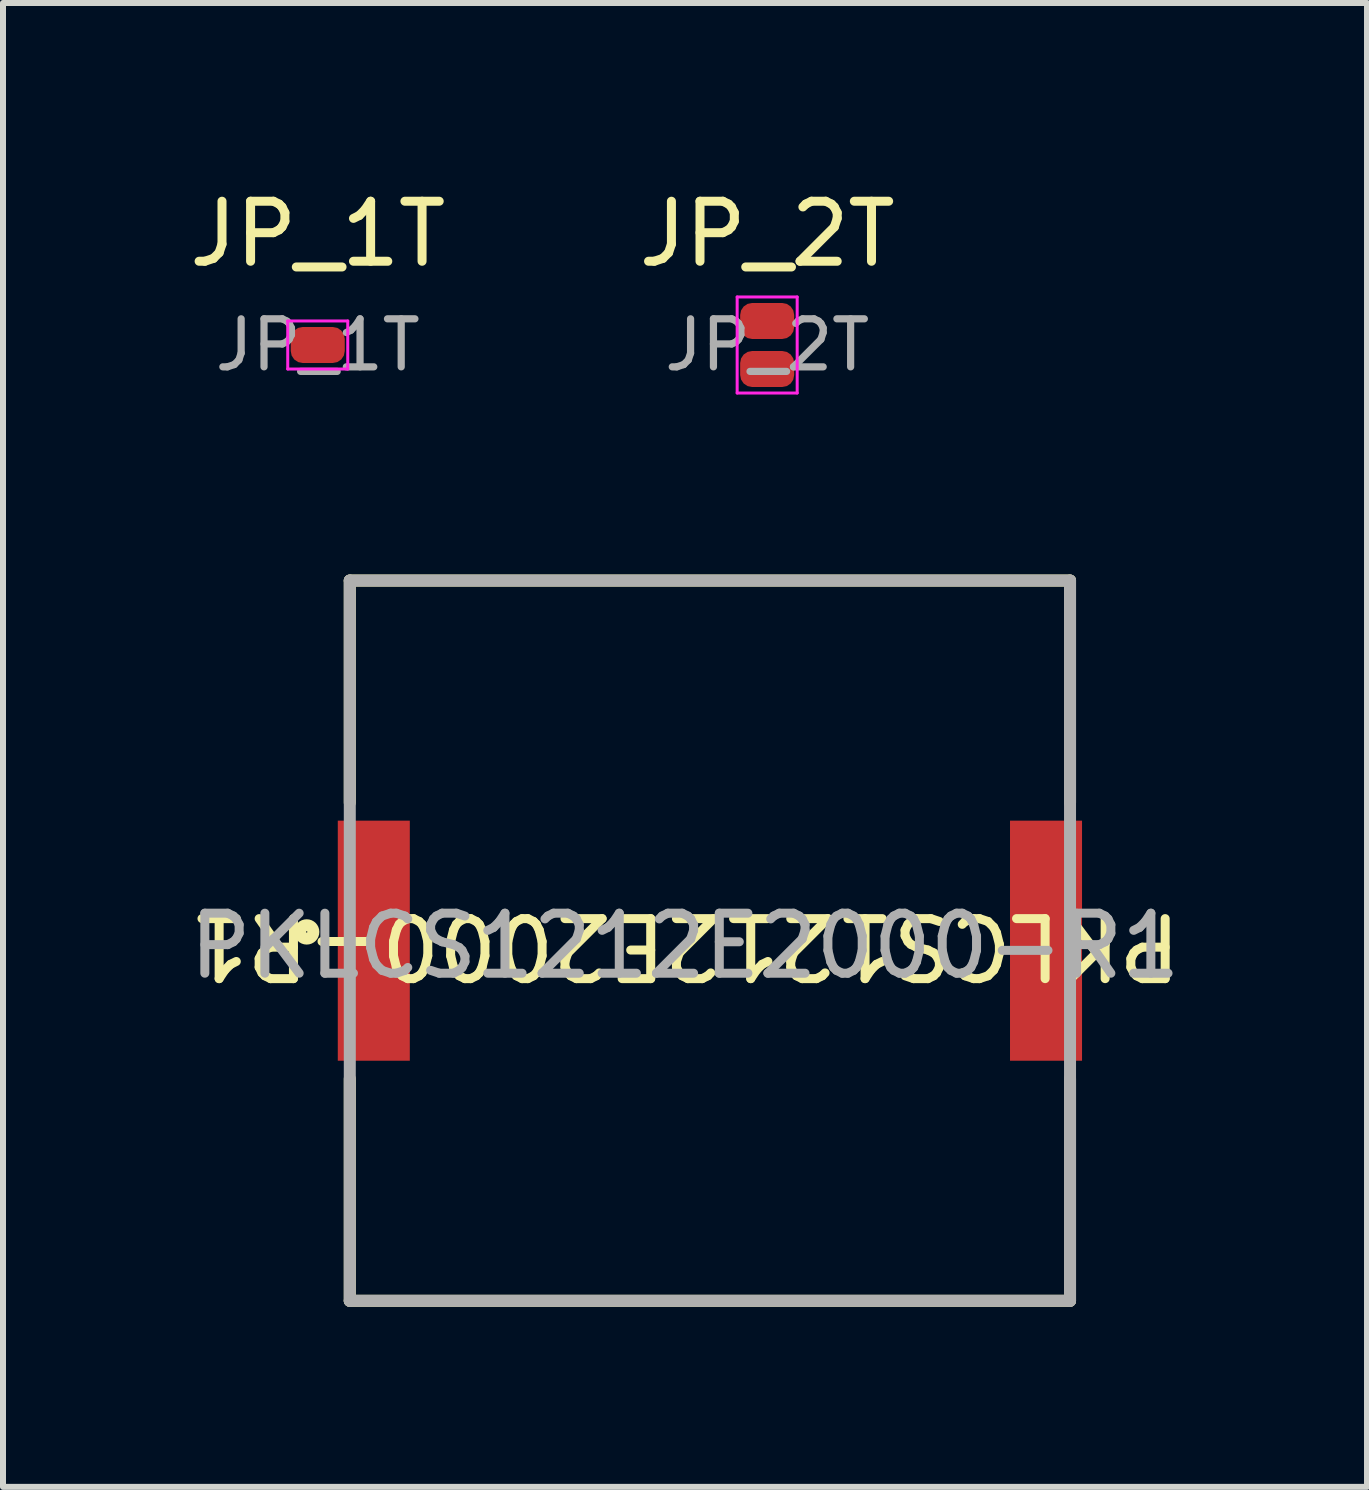
<source format=kicad_pcb>
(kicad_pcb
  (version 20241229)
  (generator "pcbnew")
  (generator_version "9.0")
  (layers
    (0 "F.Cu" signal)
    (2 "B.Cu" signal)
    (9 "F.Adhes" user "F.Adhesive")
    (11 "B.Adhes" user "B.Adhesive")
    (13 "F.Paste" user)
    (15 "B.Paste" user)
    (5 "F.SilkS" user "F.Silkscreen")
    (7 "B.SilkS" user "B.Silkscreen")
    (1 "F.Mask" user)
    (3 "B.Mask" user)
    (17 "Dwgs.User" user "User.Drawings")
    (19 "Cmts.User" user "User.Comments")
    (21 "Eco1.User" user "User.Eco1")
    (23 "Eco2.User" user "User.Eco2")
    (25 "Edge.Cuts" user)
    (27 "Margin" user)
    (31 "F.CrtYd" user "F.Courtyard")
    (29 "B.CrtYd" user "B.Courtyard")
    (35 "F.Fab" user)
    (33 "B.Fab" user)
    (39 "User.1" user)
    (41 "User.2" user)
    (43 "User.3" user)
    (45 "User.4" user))
  (footprint "PKLCS1212E2000-R1"
    (layer "F.Cu")
    (at 8.778 12.623)
    (property "Reference" "PKLCS1212E2000-R1" (at -0.415 0.087 180) (unlocked yes) (layer "F.SilkS") (effects (font (size 1 1) (thickness 0.15))))
    (attr smd)
    (fp_line (start -6 -6) (end -6 -2.3) (stroke (width 0.2) (type solid)) (layer "F.SilkS"))
    (fp_line (start -6 -6) (end 6 -6) (stroke (width 0.2) (type solid)) (layer "F.SilkS"))
    (fp_line (start -6 6) (end -6 2.3) (stroke (width 0.2) (type solid)) (layer "F.SilkS"))
    (fp_line (start 6 -6) (end 6 -2.3) (stroke (width 0.2) (type solid)) (layer "F.SilkS"))
    (fp_line (start 6 6) (end -6 6) (stroke (width 0.2) (type solid)) (layer "F.SilkS"))
    (fp_line (start 6 6) (end 6 2.3) (stroke (width 0.2) (type solid)) (layer "F.SilkS"))
    (fp_circle (center -6.718 -0.146) (end -6.718 -0.035) (stroke (width 0.2) (type solid)) (fill no) (layer "F.SilkS"))
    (fp_line (start -6 -6) (end 6 -6) (stroke (width 0.2) (type solid)) (layer "F.Fab"))
    (fp_line (start -6 6) (end -6 -6) (stroke (width 0.2) (type solid)) (layer "F.Fab"))
    (fp_line (start 6 -6) (end 6 6) (stroke (width 0.2) (type solid)) (layer "F.Fab"))
    (fp_line (start 6 6) (end -6 6) (stroke (width 0.2) (type solid)) (layer "F.Fab"))
    (fp_text user "${REFERENCE}" (at -0.415 0.087 180) (layer "F.Fab") (effects (font (size 1 1) (thickness 0.15))))
    (pad "1" smd rect (at -5.6 0) (size 1.2 4) (layers "F.Cu" "F.Mask" "F.Paste"))
    (pad "2" smd rect (at 5.6 0) (size 1.2 4) (layers "F.Cu" "F.Mask" "F.Paste")))
  (footprint "JP_1T"
    (layer "F.Cu")
    (at 2.244 2.698)
    (property "Reference" "JP_1T" (at 0 -1.85 0) (layer "F.SilkS") (effects (font (size 1 1) (thickness 0.15))))
    (attr smd allow_missing_courtyard)
    (fp_line (start -0.5 -0.4) (end 0.5 -0.4) (stroke (width 0.05) (type solid)) (layer "F.CrtYd"))
    (fp_line (start -0.5 0.4) (end -0.5 -0.4) (stroke (width 0.05) (type solid)) (layer "F.CrtYd"))
    (fp_line (start 0.5 -0.4) (end 0.5 0.4) (stroke (width 0.05) (type solid)) (layer "F.CrtYd"))
    (fp_line (start 0.5 0.4) (end -0.5 0.4) (stroke (width 0.05) (type solid)) (layer "F.CrtYd"))
    (fp_text user "${REFERENCE}" (at 0 0 0) (layer "F.Fab") (effects (font (size 0.8 0.8) (thickness 0.12))))
    (pad "1" smd roundrect (at 0 0) (size 0.9 0.6) (layers "F.Cu" "F.Mask" "F.Paste") (roundrect_rratio 0.333)))
  (footprint "JP_2T"
    (layer "F.Cu")
    (at 9.732 2.698)
    (property "Reference" "JP_2T" (at 0 -1.85 0) (layer "F.SilkS") (effects (font (size 1 1) (thickness 0.15))))
    (attr smd allow_missing_courtyard)
    (fp_line (start -0.5 -0.8) (end 0.5 -0.8) (stroke (width 0.05) (type solid)) (layer "F.CrtYd"))
    (fp_line (start -0.5 0.8) (end -0.5 -0.8) (stroke (width 0.05) (type solid)) (layer "F.CrtYd"))
    (fp_line (start 0.5 -0.8) (end 0.5 0.8) (stroke (width 0.05) (type solid)) (layer "F.CrtYd"))
    (fp_line (start 0.5 0.8) (end -0.5 0.8) (stroke (width 0.05) (type solid)) (layer "F.CrtYd"))
    (fp_text user "${REFERENCE}" (at 0 0 0) (layer "F.Fab") (effects (font (size 0.8 0.8) (thickness 0.12))))
    (pad "1" smd roundrect (at 0 -0.4) (size 0.9 0.6) (layers "F.Cu" "F.Mask" "F.Paste") (roundrect_rratio 0.333))
    (pad "2" smd roundrect (at 0 0.4) (size 0.9 0.6) (layers "F.Cu" "F.Mask" "F.Paste") (roundrect_rratio 0.333)))
  (gr_rect
    (start -3 -3)
    (end 19.726 21.723)
    (stroke (width 0.1) (type default))
    (fill no)
    (layer "Edge.Cuts")))
</source>
